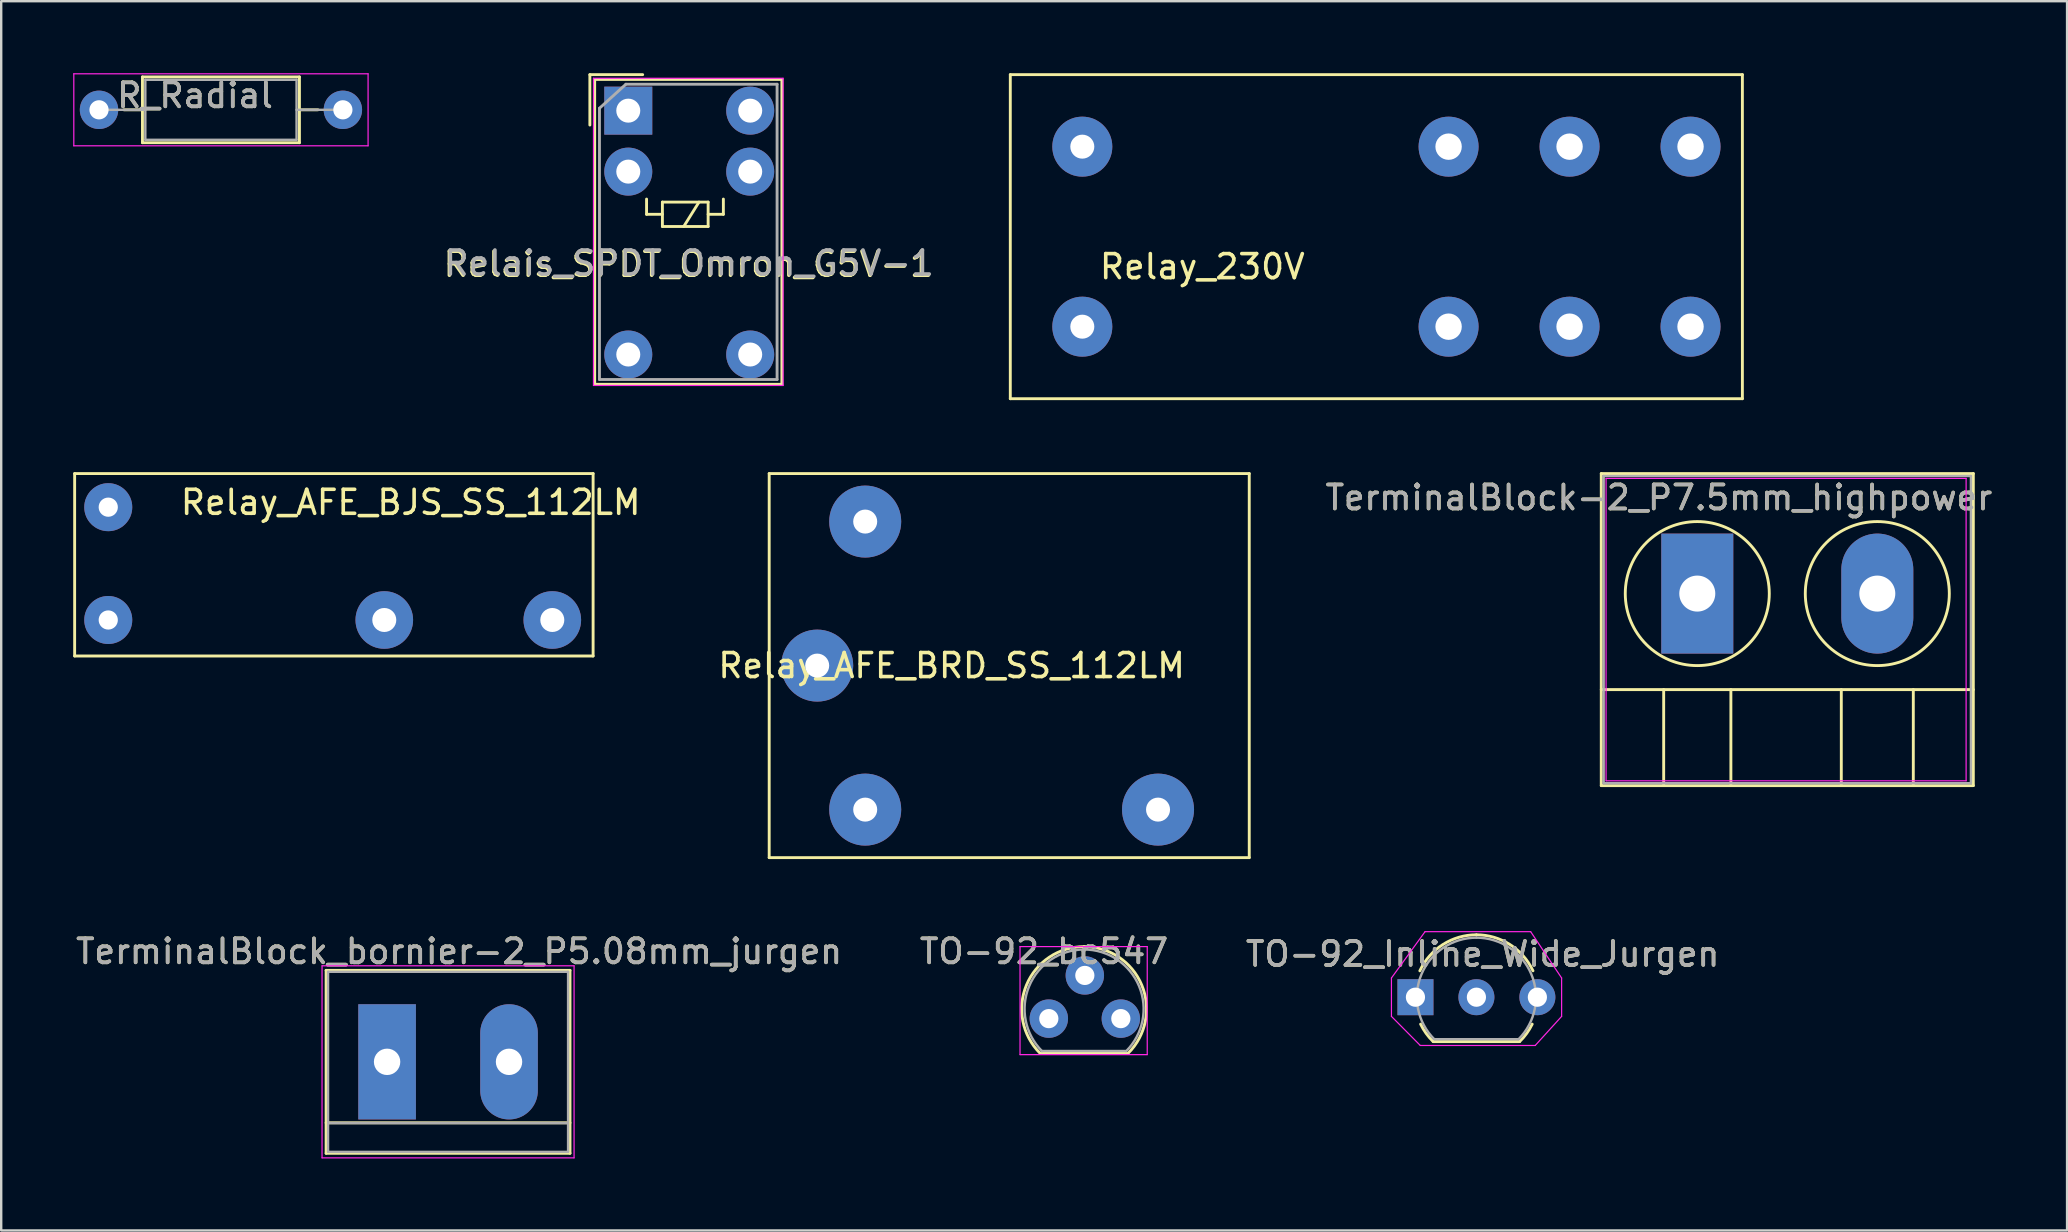
<source format=kicad_pcb>
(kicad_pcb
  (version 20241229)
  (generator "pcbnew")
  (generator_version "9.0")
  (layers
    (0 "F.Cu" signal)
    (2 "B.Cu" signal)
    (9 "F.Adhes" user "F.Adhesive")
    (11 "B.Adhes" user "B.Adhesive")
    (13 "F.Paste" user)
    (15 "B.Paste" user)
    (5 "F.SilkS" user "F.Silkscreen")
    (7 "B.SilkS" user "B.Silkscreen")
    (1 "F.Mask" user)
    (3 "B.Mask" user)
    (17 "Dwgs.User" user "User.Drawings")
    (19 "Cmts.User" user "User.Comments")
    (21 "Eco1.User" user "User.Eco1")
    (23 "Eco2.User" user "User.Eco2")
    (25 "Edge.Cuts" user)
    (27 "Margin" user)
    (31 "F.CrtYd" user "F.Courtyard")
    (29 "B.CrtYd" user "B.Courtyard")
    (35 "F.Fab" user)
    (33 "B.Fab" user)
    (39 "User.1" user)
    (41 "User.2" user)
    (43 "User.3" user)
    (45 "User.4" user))
  (footprint "Relais_SPDT_Omron_G5V-1"
    (layer "F.Cu")
    (at 23.125 1.56)
    (property "Reference" "Relais_SPDT_Omron_G5V-1" (at 2.5 6.4 0) (layer "F.SilkS") (effects (font (size 1 1) (thickness 0.15))))
    (attr through_hole)
    (fp_line (start -1.6 -1.5) (end 0.6 -1.5) (stroke (width 0.12) (type solid)) (layer "F.SilkS"))
    (fp_line (start -1.6 0.6) (end -1.6 -1.5) (stroke (width 0.12) (type solid)) (layer "F.SilkS"))
    (fp_line (start -1.4 -1.3) (end 6.4 -1.3) (stroke (width 0.12) (type solid)) (layer "F.SilkS"))
    (fp_line (start -1.4 11.4) (end -1.4 -1.3) (stroke (width 0.12) (type solid)) (layer "F.SilkS"))
    (fp_line (start 0.762 3.683) (end 0.762 4.318) (stroke (width 0.12) (type solid)) (layer "F.SilkS"))
    (fp_line (start 0.762 4.318) (end 1.422 4.318) (stroke (width 0.12) (type solid)) (layer "F.SilkS"))
    (fp_line (start 1.422 3.81) (end 1.422 4.826) (stroke (width 0.12) (type solid)) (layer "F.SilkS"))
    (fp_line (start 1.422 4.826) (end 3.327 4.826) (stroke (width 0.12) (type solid)) (layer "F.SilkS"))
    (fp_line (start 2.946 3.81) (end 2.311 4.826) (stroke (width 0.12) (type solid)) (layer "F.SilkS"))
    (fp_line (start 3.327 3.81) (end 1.422 3.81) (stroke (width 0.12) (type solid)) (layer "F.SilkS"))
    (fp_line (start 3.327 3.81) (end 3.327 4.826) (stroke (width 0.12) (type solid)) (layer "F.SilkS"))
    (fp_line (start 3.962 3.683) (end 3.962 4.318) (stroke (width 0.12) (type solid)) (layer "F.SilkS"))
    (fp_line (start 3.962 4.318) (end 3.327 4.318) (stroke (width 0.12) (type solid)) (layer "F.SilkS"))
    (fp_line (start 6.4 -1.3) (end 6.4 11.4) (stroke (width 0.12) (type solid)) (layer "F.SilkS"))
    (fp_line (start 6.4 11.4) (end -1.4 11.4) (stroke (width 0.12) (type solid)) (layer "F.SilkS"))
    (fp_line (start -1.45 -1.35) (end -1.45 11.45) (stroke (width 0.05) (type solid)) (layer "F.CrtYd"))
    (fp_line (start -1.45 -1.35) (end 6.45 -1.35) (stroke (width 0.05) (type solid)) (layer "F.CrtYd"))
    (fp_line (start 6.45 11.45) (end -1.45 11.45) (stroke (width 0.05) (type solid)) (layer "F.CrtYd"))
    (fp_line (start 6.45 11.45) (end 6.45 -1.35) (stroke (width 0.05) (type solid)) (layer "F.CrtYd"))
    (fp_line (start -1.2 -0.1) (end -0.1 -1.1) (stroke (width 0.12) (type solid)) (layer "F.Fab"))
    (fp_line (start -1.2 11.2) (end -1.2 -0.1) (stroke (width 0.12) (type solid)) (layer "F.Fab"))
    (fp_line (start -0.1 -1.1) (end 6.2 -1.1) (stroke (width 0.12) (type solid)) (layer "F.Fab"))
    (fp_line (start 6.2 -1.1) (end 6.2 11.2) (stroke (width 0.12) (type solid)) (layer "F.Fab"))
    (fp_line (start 6.2 11.2) (end -1.2 11.2) (stroke (width 0.12) (type solid)) (layer "F.Fab"))
    (fp_text user "${REFERENCE}" (at 2.54 6.35 0) (layer "F.Fab") (effects (font (size 1 1) (thickness 0.15))))
    (pad "1" thru_hole rect (at 0 0) (size 2 2) (drill 1) (layers "*.Cu" "*.Mask"))
    (pad "2" thru_hole circle (at 0 2.54) (size 2 2) (drill 1) (layers "*.Cu" "*.Mask"))
    (pad "5" thru_hole circle (at 0 10.16) (size 2 2) (drill 1) (layers "*.Cu" "*.Mask"))
    (pad "6" thru_hole circle (at 5.08 10.16) (size 2 2) (drill 1) (layers "*.Cu" "*.Mask"))
    (pad "9" thru_hole circle (at 5.08 2.54) (size 2 2) (drill 1) (layers "*.Cu" "*.Mask"))
    (pad "10" thru_hole circle (at 5.08 0) (size 2 2) (drill 1) (layers "*.Cu" "*.Mask")))
  (footprint "TO-92_Inline_Wide_Jurgen"
    (layer "F.Cu")
    (at 55.92 38.495)
    (property "Reference" "TO-92_Inline_Wide_Jurgen" (at 2.8 -1.8 0) (layer "F.SilkS") (effects (font (size 1 1) (thickness 0.15))))
    (attr through_hole)
    (fp_line (start 0.74 1.85) (end 4.34 1.85) (stroke (width 0.12) (type solid)) (layer "F.SilkS"))
    (fp_arc (start 0.1836 -1.098807) (mid 1.143021 -2.192817) (end 2.54 -2.6) (stroke (width 0.12) (type solid)) (layer "F.SilkS"))
    (fp_arc (start 0.74 1.85) (mid 0.446097 1.509328) (end 0.215816 1.122795) (stroke (width 0.12) (type solid)) (layer "F.SilkS"))
    (fp_arc (start 2.54 -2.6) (mid 3.936979 -2.192818) (end 4.8964 -1.098807) (stroke (width 0.12) (type solid)) (layer "F.SilkS"))
    (fp_arc (start 4.864184 1.122795) (mid 4.633903 1.509328) (end 4.34 1.85) (stroke (width 0.12) (type solid)) (layer "F.SilkS"))
    (fp_line (start -1 -0.8) (end -1 0.8) (stroke (width 0.05) (type solid)) (layer "F.CrtYd"))
    (fp_line (start -1 -0.8) (end 0.4 -2.73) (stroke (width 0.05) (type solid)) (layer "F.CrtYd"))
    (fp_line (start 0.2 2.01) (end -1 0.8) (stroke (width 0.05) (type solid)) (layer "F.CrtYd"))
    (fp_line (start 0.4 -2.73) (end 4.8 -2.73) (stroke (width 0.05) (type solid)) (layer "F.CrtYd"))
    (fp_line (start 5 2) (end 6.09 0.8) (stroke (width 0.05) (type solid)) (layer "F.CrtYd"))
    (fp_line (start 5 2.01) (end 0.2 2.01) (stroke (width 0.05) (type solid)) (layer "F.CrtYd"))
    (fp_line (start 6.09 -0.8) (end 4.8 -2.73) (stroke (width 0.05) (type solid)) (layer "F.CrtYd"))
    (fp_line (start 6.09 0.8) (end 6.09 -0.8) (stroke (width 0.05) (type solid)) (layer "F.CrtYd"))
    (fp_line (start 0.8 1.75) (end 4.3 1.75) (stroke (width 0.1) (type solid)) (layer "F.Fab"))
    (fp_arc (start 0.786375 1.753625) (mid 0.248779 -0.949055) (end 2.54 -2.48) (stroke (width 0.1) (type solid)) (layer "F.Fab"))
    (fp_arc (start 2.54 -2.48) (mid 4.831221 -0.949055) (end 4.293625 1.753625) (stroke (width 0.1) (type solid)) (layer "F.Fab"))
    (fp_text user "${REFERENCE}" (at 2.8 -1.8 0) (layer "F.Fab") (effects (font (size 1 1) (thickness 0.15))))
    (pad "1" thru_hole rect (at 0 0 90) (size 1.5 1.5) (drill 0.8) (layers "*.Cu" "*.Mask"))
    (pad "2" thru_hole circle (at 2.54 0 90) (size 1.5 1.5) (drill 0.8) (layers "*.Cu" "*.Mask"))
    (pad "3" thru_hole circle (at 5.08 0 90) (size 1.5 1.5) (drill 0.8) (layers "*.Cu" "*.Mask")))
  (footprint "R_Radial"
    (layer "F.Cu")
    (at 1.075 1.525)
    (property "Reference" "R_Radial" (at 4 -0.6 0) (layer "F.SilkS") (effects (font (size 1 1) (thickness 0.15))))
    (attr through_hole)
    (fp_line (start 1.04 0) (end 1.81 0) (stroke (width 0.12) (type solid)) (layer "F.SilkS"))
    (fp_line (start 1.81 -1.37) (end 1.81 1.37) (stroke (width 0.12) (type solid)) (layer "F.SilkS"))
    (fp_line (start 1.81 1.37) (end 8.35 1.37) (stroke (width 0.12) (type solid)) (layer "F.SilkS"))
    (fp_line (start 8.35 -1.37) (end 1.81 -1.37) (stroke (width 0.12) (type solid)) (layer "F.SilkS"))
    (fp_line (start 8.35 1.37) (end 8.35 -1.37) (stroke (width 0.12) (type solid)) (layer "F.SilkS"))
    (fp_line (start 9.12 0) (end 8.35 0) (stroke (width 0.12) (type solid)) (layer "F.SilkS"))
    (fp_line (start -1.05 -1.5) (end -1.05 1.5) (stroke (width 0.05) (type solid)) (layer "F.CrtYd"))
    (fp_line (start -1.05 1.5) (end 11.21 1.5) (stroke (width 0.05) (type solid)) (layer "F.CrtYd"))
    (fp_line (start 11.21 -1.5) (end -1.05 -1.5) (stroke (width 0.05) (type solid)) (layer "F.CrtYd"))
    (fp_line (start 11.21 1.5) (end 11.21 -1.5) (stroke (width 0.05) (type solid)) (layer "F.CrtYd"))
    (fp_line (start 0 0) (end 1.93 0) (stroke (width 0.1) (type solid)) (layer "F.Fab"))
    (fp_line (start 1.93 -1.25) (end 1.93 1.25) (stroke (width 0.1) (type solid)) (layer "F.Fab"))
    (fp_line (start 1.93 1.25) (end 8.23 1.25) (stroke (width 0.1) (type solid)) (layer "F.Fab"))
    (fp_line (start 8.23 -1.25) (end 1.93 -1.25) (stroke (width 0.1) (type solid)) (layer "F.Fab"))
    (fp_line (start 8.23 1.25) (end 8.23 -1.25) (stroke (width 0.1) (type solid)) (layer "F.Fab"))
    (fp_line (start 10.16 0) (end 8.23 0) (stroke (width 0.1) (type solid)) (layer "F.Fab"))
    (fp_text user "${REFERENCE}" (at 4 -0.6 0) (layer "F.Fab") (effects (font (size 1 1) (thickness 0.15))))
    (pad "1" thru_hole circle (at 0 0) (size 1.6 1.6) (drill 0.8) (layers "*.Cu" "*.Mask"))
    (pad "2" thru_hole oval (at 10.16 0) (size 1.6 1.6) (drill 0.8) (layers "*.Cu" "*.Mask")))
  (footprint "TO-92_bc547"
    (layer "F.Cu")
    (at 40.846 38.988)
    (property "Reference" "TO-92_bc547" (at -0.4 -2.4 0) (layer "F.SilkS") (effects (font (size 1 1) (thickness 0.15))))
    (attr through_hole)
    (fp_line (start -0.53 1.85) (end 3.07 1.85) (stroke (width 0.12) (type solid)) (layer "F.SilkS"))
    (fp_arc (start -0.568478 1.838478) (mid -1.132087 -0.994977) (end 1.27 -2.6) (stroke (width 0.12) (type solid)) (layer "F.SilkS"))
    (fp_arc (start 1.27 -2.6) (mid 3.672087 -0.994977) (end 3.108478 1.838478) (stroke (width 0.12) (type solid)) (layer "F.SilkS"))
    (fp_line (start -1.4 -2.6) (end -1.4 1.9) (stroke (width 0.05) (type solid)) (layer "F.CrtYd"))
    (fp_line (start -1.4 -2.6) (end 3.9 -2.6) (stroke (width 0.05) (type solid)) (layer "F.CrtYd"))
    (fp_line (start 3.9 1.9) (end -1.4 1.9) (stroke (width 0.05) (type solid)) (layer "F.CrtYd"))
    (fp_line (start 3.9 1.9) (end 3.9 -2.6) (stroke (width 0.05) (type solid)) (layer "F.CrtYd"))
    (fp_line (start -0.5 1.75) (end 3 1.75) (stroke (width 0.1) (type solid)) (layer "F.Fab"))
    (fp_arc (start -0.483625 1.753625) (mid -1.021221 -0.949055) (end 1.27 -2.48) (stroke (width 0.1) (type solid)) (layer "F.Fab"))
    (fp_arc (start 1.27 -2.48) (mid 3.561221 -0.949055) (end 3.023625 1.753625) (stroke (width 0.1) (type solid)) (layer "F.Fab"))
    (fp_text user "${REFERENCE}" (at -0.4 -2.4 0) (layer "F.Fab") (effects (font (size 1 1) (thickness 0.15))))
    (pad "1" thru_hole oval (at -0.2 0.4) (size 1.6 1.6) (drill 0.8) (layers "*.Cu" "*.Mask"))
    (pad "2" thru_hole oval (at 1.3 -1.4) (size 1.6 1.6) (drill 0.8) (layers "*.Cu" "*.Mask"))
    (pad "3" thru_hole oval (at 2.8 0.4) (size 1.6 1.6) (drill 0.8) (layers "*.Cu" "*.Mask")))
  (footprint "TerminalBlock-2_P7.5mm_highpower"
    (layer "F.Cu")
    (at 67.662 21.68)
    (property "Reference" "TerminalBlock-2_P7.5mm_highpower" (at -1.6 -4 0) (layer "F.SilkS") (effects (font (size 1 1) (thickness 0.15))))
    (attr through_hole)
    (fp_line (start -4 -5) (end -4 8) (stroke (width 0.12) (type solid)) (layer "F.SilkS"))
    (fp_line (start -4 -5) (end 11.5 -5) (stroke (width 0.12) (type solid)) (layer "F.SilkS"))
    (fp_line (start -4 8) (end 11.5 8) (stroke (width 0.12) (type solid)) (layer "F.SilkS"))
    (fp_line (start -1.4 8) (end -1.4 4) (stroke (width 0.12) (type solid)) (layer "F.SilkS"))
    (fp_line (start 1.4 8) (end 1.4 4) (stroke (width 0.12) (type solid)) (layer "F.SilkS"))
    (fp_line (start 6 8) (end 6 4) (stroke (width 0.12) (type solid)) (layer "F.SilkS"))
    (fp_line (start 9 8) (end 9 4) (stroke (width 0.12) (type solid)) (layer "F.SilkS"))
    (fp_line (start 11.5 -5) (end 11.5 8) (stroke (width 0.12) (type solid)) (layer "F.SilkS"))
    (fp_line (start 11.5 4) (end -4 4) (stroke (width 0.12) (type solid)) (layer "F.SilkS"))
    (fp_circle (center 0 0) (end 3 0) (stroke (width 0.12) (type solid)) (fill no) (layer "F.SilkS"))
    (fp_circle (center 7.5 0) (end 10.5 0) (stroke (width 0.12) (type solid)) (fill no) (layer "F.SilkS"))
    (fp_line (start -3.8 -4.8) (end -3.8 7.8) (stroke (width 0.05) (type solid)) (layer "F.CrtYd"))
    (fp_line (start -3.8 -4.8) (end 11.2 -4.8) (stroke (width 0.05) (type solid)) (layer "F.CrtYd"))
    (fp_line (start 11.2 7.8) (end -3.8 7.8) (stroke (width 0.05) (type solid)) (layer "F.CrtYd"))
    (fp_line (start 11.2 7.8) (end 11.2 -4.8) (stroke (width 0.05) (type solid)) (layer "F.CrtYd"))
    (fp_line (start -3.9 -4.9) (end -3.9 7.9) (stroke (width 0.1) (type solid)) (layer "F.Fab"))
    (fp_line (start -3.9 -4.9) (end 11.4 -4.9) (stroke (width 0.1) (type solid)) (layer "F.Fab"))
    (fp_line (start -3.9 7.9) (end 11.4 7.9) (stroke (width 0.1) (type solid)) (layer "F.Fab"))
    (fp_line (start 11.4 -4.9) (end 11.4 7.9) (stroke (width 0.1) (type solid)) (layer "F.Fab"))
    (fp_text user "${REFERENCE}" (at -1.6 -4 0) (layer "F.Fab") (effects (font (size 1 1) (thickness 0.15))))
    (pad "1" thru_hole rect (at 0 0) (size 3 5) (drill 1.5) (layers "*.Cu" "*.Mask"))
    (pad "2" thru_hole oval (at 7.5 0) (size 3 5) (drill 1.5) (layers "*.Cu" "*.Mask")))
  (footprint "Relay_AFE_BJS_SS_112LM"
    (layer "F.Cu")
    (at 1.46 18.08)
    (property "Reference" "Relay_AFE_BJS_SS_112LM" (at 12.6 -0.2 0) (layer "F.SilkS") (effects (font (size 1 1) (thickness 0.15))))
    (attr through_hole)
    (fp_line (start -1.4 -1.4) (end -1.4 6.2) (stroke (width 0.12) (type solid)) (layer "F.SilkS"))
    (fp_line (start -1.4 -1.4) (end 20.2 -1.4) (stroke (width 0.12) (type solid)) (layer "F.SilkS"))
    (fp_line (start -1.4 6.2) (end 20.2 6.2) (stroke (width 0.12) (type solid)) (layer "F.SilkS"))
    (fp_line (start 20.2 -1.4) (end 20.2 6.2) (stroke (width 0.12) (type solid)) (layer "F.SilkS"))
    (pad "13" thru_hole circle (at 18.5 4.7) (size 2.4 2.4) (drill 1) (layers "*.Cu" "*.Mask"))
    (pad "14" thru_hole circle (at 11.5 4.7) (size 2.4 2.4) (drill 1) (layers "*.Cu" "*.Mask"))
    (pad "A1" thru_hole circle (at 0 0) (size 2 2) (drill 0.8) (layers "*.Cu" "*.Mask"))
    (pad "A2" thru_hole circle (at 0 4.7) (size 2 2) (drill 0.8) (layers "*.Cu" "*.Mask")))
  (footprint "Relay_AFE_BRD_SS_112LM"
    (layer "F.Cu")
    (at 30.996 24.68)
    (property "Reference" "Relay_AFE_BRD_SS_112LM" (at 5.6 0 0) (layer "F.SilkS") (effects (font (size 1 1) (thickness 0.15))))
    (attr through_hole)
    (fp_line (start -2 -8) (end 18 -8) (stroke (width 0.12) (type solid)) (layer "F.SilkS"))
    (fp_line (start -2 8) (end -2 -8) (stroke (width 0.12) (type solid)) (layer "F.SilkS"))
    (fp_line (start -2 8) (end 18 8) (stroke (width 0.12) (type solid)) (layer "F.SilkS"))
    (fp_line (start 18 8) (end 18 -8) (stroke (width 0.12) (type solid)) (layer "F.SilkS"))
    (pad "13" thru_hole circle (at 0 0) (size 3 3) (drill 1) (layers "*.Cu" "*.Mask"))
    (pad "14" thru_hole circle (at 14.2 6) (size 3 3) (drill 1) (layers "*.Cu" "*.Mask"))
    (pad "A1" thru_hole circle (at 2 -6) (size 3 3) (drill 1) (layers "*.Cu" "*.Mask"))
    (pad "A2" thru_hole circle (at 2 6) (size 3 3) (drill 1) (layers "*.Cu" "*.Mask")))
  (footprint "Relay_230V"
    (layer "F.Cu")
    (at 42.041 3.06)
    (property "Reference" "Relay_230V" (at 5 5 0) (layer "F.SilkS") (effects (font (size 1 1) (thickness 0.15))))
    (attr through_hole)
    (fp_line (start -3 -3) (end -3 10.5) (stroke (width 0.12) (type solid)) (layer "F.SilkS"))
    (fp_line (start -3 -3) (end 27.5 -3) (stroke (width 0.12) (type solid)) (layer "F.SilkS"))
    (fp_line (start -3 10.5) (end 27.5 10.5) (stroke (width 0.12) (type solid)) (layer "F.SilkS"))
    (fp_line (start 27.5 -3) (end 27.5 10.5) (stroke (width 0.12) (type solid)) (layer "F.SilkS"))
    (pad "11" thru_hole circle (at 20.3 0) (size 2.5 2.5) (drill 1.1) (layers "*.Cu" "*.Mask"))
    (pad "11" thru_hole circle (at 20.3 7.5) (size 2.5 2.5) (drill 1.1) (layers "*.Cu" "*.Mask"))
    (pad "12" thru_hole circle (at 15.26 0) (size 2.5 2.5) (drill 1.1) (layers "*.Cu" "*.Mask"))
    (pad "12" thru_hole circle (at 15.26 7.5) (size 2.5 2.5) (drill 1.1) (layers "*.Cu" "*.Mask"))
    (pad "14" thru_hole circle (at 25.34 0) (size 2.5 2.5) (drill 1.1) (layers "*.Cu" "*.Mask"))
    (pad "14" thru_hole circle (at 25.34 7.5) (size 2.5 2.5) (drill 1.1) (layers "*.Cu" "*.Mask"))
    (pad "A1" thru_hole circle (at 0 0) (size 2.5 2.5) (drill 1) (layers "*.Cu" "*.Mask"))
    (pad "A2" thru_hole circle (at 0 7.5) (size 2.5 2.5) (drill 1) (layers "*.Cu" "*.Mask")))
  (footprint "TerminalBlock_bornier-2_P5.08mm_jurgen"
    (layer "F.Cu")
    (at 13.077 41.188)
    (property "Reference" "TerminalBlock_bornier-2_P5.08mm_jurgen" (at 3 -4.6 0) (layer "F.SilkS") (effects (font (size 1 1) (thickness 0.15))))
    (attr through_hole)
    (fp_line (start -2.54 -3.81) (end -2.54 3.81) (stroke (width 0.12) (type solid)) (layer "F.SilkS"))
    (fp_line (start -2.54 3.81) (end 7.62 3.81) (stroke (width 0.12) (type solid)) (layer "F.SilkS"))
    (fp_line (start 7.62 -3.81) (end -2.54 -3.81) (stroke (width 0.12) (type solid)) (layer "F.SilkS"))
    (fp_line (start 7.62 2.54) (end -2.54 2.54) (stroke (width 0.12) (type solid)) (layer "F.SilkS"))
    (fp_line (start 7.62 3.81) (end 7.62 -3.81) (stroke (width 0.12) (type solid)) (layer "F.SilkS"))
    (fp_line (start -2.71 -4) (end -2.71 4) (stroke (width 0.05) (type solid)) (layer "F.CrtYd"))
    (fp_line (start -2.71 -4) (end 7.79 -4) (stroke (width 0.05) (type solid)) (layer "F.CrtYd"))
    (fp_line (start 7.79 4) (end -2.71 4) (stroke (width 0.05) (type solid)) (layer "F.CrtYd"))
    (fp_line (start 7.79 4) (end 7.79 -4) (stroke (width 0.05) (type solid)) (layer "F.CrtYd"))
    (fp_line (start -2.46 -3.75) (end -2.46 3.75) (stroke (width 0.1) (type solid)) (layer "F.Fab"))
    (fp_line (start -2.46 3.75) (end 7.54 3.75) (stroke (width 0.1) (type solid)) (layer "F.Fab"))
    (fp_line (start -2.41 2.55) (end 7.49 2.55) (stroke (width 0.1) (type solid)) (layer "F.Fab"))
    (fp_line (start 7.54 -3.75) (end -2.46 -3.75) (stroke (width 0.1) (type solid)) (layer "F.Fab"))
    (fp_line (start 7.54 3.75) (end 7.54 -3.75) (stroke (width 0.1) (type solid)) (layer "F.Fab"))
    (fp_text user "${REFERENCE}" (at 3 -4.6 0) (layer "F.Fab") (effects (font (size 1 1) (thickness 0.15))))
    (pad "1" thru_hole rect (at 0 0) (size 2.4 4.8) (drill 1.1) (layers "*.Cu" "*.Mask"))
    (pad "2" thru_hole oval (at 5.08 0) (size 2.4 4.8) (drill 1.1) (layers "*.Cu" "*.Mask")))
  (gr_rect
    (start -3 -3)
    (end 83.068 48.213)
    (stroke (width 0.1) (type default))
    (fill no)
    (layer "Edge.Cuts")))
</source>
